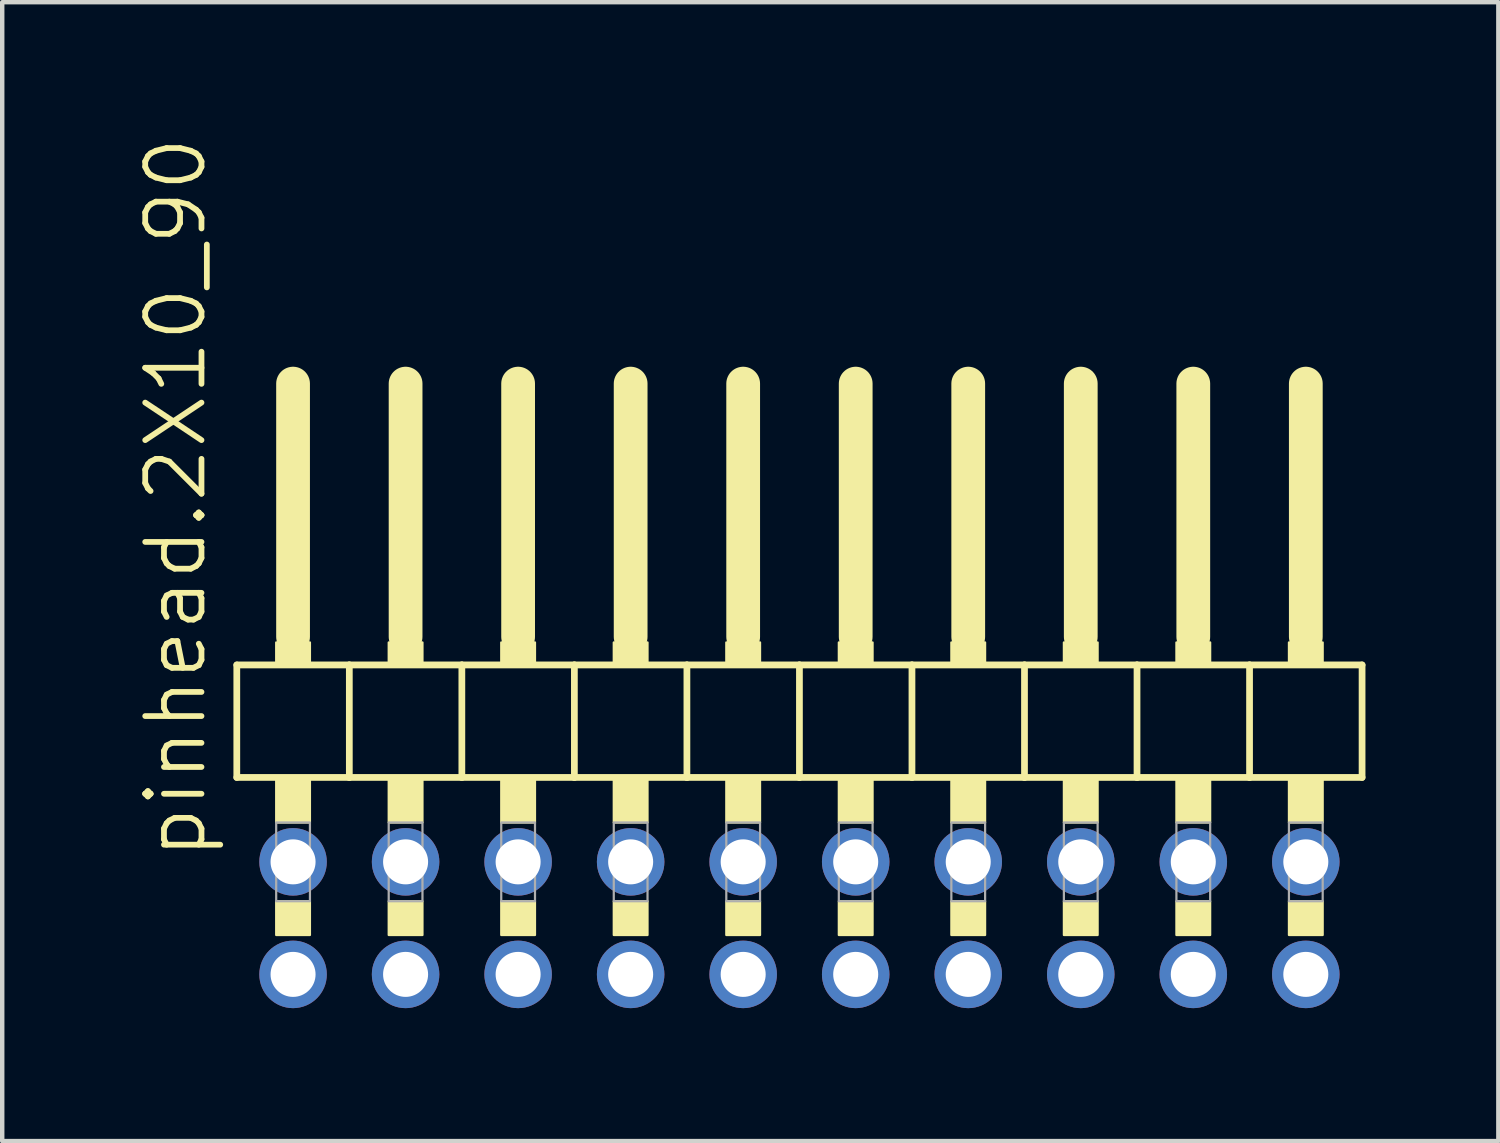
<source format=kicad_pcb>
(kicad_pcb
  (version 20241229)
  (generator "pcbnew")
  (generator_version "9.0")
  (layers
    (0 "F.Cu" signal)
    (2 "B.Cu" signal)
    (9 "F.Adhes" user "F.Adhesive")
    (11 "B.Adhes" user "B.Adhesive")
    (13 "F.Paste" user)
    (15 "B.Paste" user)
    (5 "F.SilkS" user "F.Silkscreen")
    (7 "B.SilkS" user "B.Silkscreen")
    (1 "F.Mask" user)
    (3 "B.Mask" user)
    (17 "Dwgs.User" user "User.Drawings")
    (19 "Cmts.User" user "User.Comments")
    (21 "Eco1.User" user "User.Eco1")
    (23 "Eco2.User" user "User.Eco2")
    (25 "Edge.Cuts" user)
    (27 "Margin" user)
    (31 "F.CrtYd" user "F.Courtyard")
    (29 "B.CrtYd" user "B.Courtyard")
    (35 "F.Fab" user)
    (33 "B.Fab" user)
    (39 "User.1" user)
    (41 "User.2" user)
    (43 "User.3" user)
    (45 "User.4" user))
  (footprint "pinhead.2X10_90"
    (layer "F.Cu")
    (at 14.995 12.594)
    (property "Reference" "pinhead.2X10_90" (at -13.335 3.81 90) (layer "F.SilkS") (effects (font (size 1.27 1.27) (thickness 0.13)) (justify left bottom)))
    (attr through_hole)
    (fp_line (start -12.7 -0.635) (end -12.7 1.905) (stroke (width 0.152) (type default)) (layer "F.SilkS"))
    (fp_line (start -12.7 1.905) (end -10.16 1.905) (stroke (width 0.152) (type default)) (layer "F.SilkS"))
    (fp_line (start -11.43 -6.985) (end -11.43 -1.27) (stroke (width 0.762) (type default)) (layer "F.SilkS"))
    (fp_line (start -10.16 -0.635) (end -12.7 -0.635) (stroke (width 0.152) (type default)) (layer "F.SilkS"))
    (fp_line (start -10.16 1.905) (end -10.16 -0.635) (stroke (width 0.152) (type default)) (layer "F.SilkS"))
    (fp_line (start -10.16 1.905) (end -7.62 1.905) (stroke (width 0.152) (type default)) (layer "F.SilkS"))
    (fp_line (start -8.89 -6.985) (end -8.89 -1.27) (stroke (width 0.762) (type default)) (layer "F.SilkS"))
    (fp_line (start -7.62 -0.635) (end -10.16 -0.635) (stroke (width 0.152) (type default)) (layer "F.SilkS"))
    (fp_line (start -7.62 1.905) (end -7.62 -0.635) (stroke (width 0.152) (type default)) (layer "F.SilkS"))
    (fp_line (start -7.62 1.905) (end -5.08 1.905) (stroke (width 0.152) (type default)) (layer "F.SilkS"))
    (fp_line (start -6.35 -6.985) (end -6.35 -1.27) (stroke (width 0.762) (type default)) (layer "F.SilkS"))
    (fp_line (start -5.08 -0.635) (end -7.62 -0.635) (stroke (width 0.152) (type default)) (layer "F.SilkS"))
    (fp_line (start -5.08 1.905) (end -5.08 -0.635) (stroke (width 0.152) (type default)) (layer "F.SilkS"))
    (fp_line (start -5.08 1.905) (end -2.54 1.905) (stroke (width 0.152) (type default)) (layer "F.SilkS"))
    (fp_line (start -3.81 -6.985) (end -3.81 -1.27) (stroke (width 0.762) (type default)) (layer "F.SilkS"))
    (fp_line (start -2.54 -0.635) (end -5.08 -0.635) (stroke (width 0.152) (type default)) (layer "F.SilkS"))
    (fp_line (start -2.54 1.905) (end -2.54 -0.635) (stroke (width 0.152) (type default)) (layer "F.SilkS"))
    (fp_line (start -2.54 1.905) (end 0 1.905) (stroke (width 0.152) (type default)) (layer "F.SilkS"))
    (fp_line (start -1.27 -6.985) (end -1.27 -1.27) (stroke (width 0.762) (type default)) (layer "F.SilkS"))
    (fp_line (start 0 -0.635) (end -2.54 -0.635) (stroke (width 0.152) (type default)) (layer "F.SilkS"))
    (fp_line (start 0 1.905) (end 0 -0.635) (stroke (width 0.152) (type default)) (layer "F.SilkS"))
    (fp_line (start 0 1.905) (end 2.54 1.905) (stroke (width 0.152) (type default)) (layer "F.SilkS"))
    (fp_line (start 1.27 -6.985) (end 1.27 -1.27) (stroke (width 0.762) (type default)) (layer "F.SilkS"))
    (fp_line (start 2.54 -0.635) (end 0 -0.635) (stroke (width 0.152) (type default)) (layer "F.SilkS"))
    (fp_line (start 2.54 1.905) (end 2.54 -0.635) (stroke (width 0.152) (type default)) (layer "F.SilkS"))
    (fp_line (start 2.54 1.905) (end 5.08 1.905) (stroke (width 0.152) (type default)) (layer "F.SilkS"))
    (fp_line (start 3.81 -6.985) (end 3.81 -1.27) (stroke (width 0.762) (type default)) (layer "F.SilkS"))
    (fp_line (start 5.08 -0.635) (end 2.54 -0.635) (stroke (width 0.152) (type default)) (layer "F.SilkS"))
    (fp_line (start 5.08 1.905) (end 5.08 -0.635) (stroke (width 0.152) (type default)) (layer "F.SilkS"))
    (fp_line (start 5.08 1.905) (end 7.62 1.905) (stroke (width 0.152) (type default)) (layer "F.SilkS"))
    (fp_line (start 6.35 -6.985) (end 6.35 -1.27) (stroke (width 0.762) (type default)) (layer "F.SilkS"))
    (fp_line (start 7.62 -0.635) (end 5.08 -0.635) (stroke (width 0.152) (type default)) (layer "F.SilkS"))
    (fp_line (start 7.62 1.905) (end 7.62 -0.635) (stroke (width 0.152) (type default)) (layer "F.SilkS"))
    (fp_line (start 7.62 1.905) (end 10.16 1.905) (stroke (width 0.152) (type default)) (layer "F.SilkS"))
    (fp_line (start 8.89 -6.985) (end 8.89 -1.27) (stroke (width 0.762) (type default)) (layer "F.SilkS"))
    (fp_line (start 10.16 -0.635) (end 7.62 -0.635) (stroke (width 0.152) (type default)) (layer "F.SilkS"))
    (fp_line (start 10.16 1.905) (end 10.16 -0.635) (stroke (width 0.152) (type default)) (layer "F.SilkS"))
    (fp_line (start 10.16 1.905) (end 12.7 1.905) (stroke (width 0.152) (type default)) (layer "F.SilkS"))
    (fp_line (start 11.43 -6.985) (end 11.43 -1.27) (stroke (width 0.762) (type default)) (layer "F.SilkS"))
    (fp_line (start 12.7 -0.635) (end 10.16 -0.635) (stroke (width 0.152) (type default)) (layer "F.SilkS"))
    (fp_line (start 12.7 1.905) (end 12.7 -0.635) (stroke (width 0.152) (type default)) (layer "F.SilkS"))
    (fp_rect (start -11.811 -0.635) (end -11.049 -1.143) (stroke (width 0.05) (type default)) (fill yes) (layer "F.SilkS"))
    (fp_rect (start -11.811 2.921) (end -11.049 1.905) (stroke (width 0.05) (type default)) (fill yes) (layer "F.SilkS"))
    (fp_rect (start -11.811 5.461) (end -11.049 4.699) (stroke (width 0.05) (type default)) (fill yes) (layer "F.SilkS"))
    (fp_rect (start -9.271 -0.635) (end -8.509 -1.143) (stroke (width 0.05) (type default)) (fill yes) (layer "F.SilkS"))
    (fp_rect (start -9.271 2.921) (end -8.509 1.905) (stroke (width 0.05) (type default)) (fill yes) (layer "F.SilkS"))
    (fp_rect (start -9.271 5.461) (end -8.509 4.699) (stroke (width 0.05) (type default)) (fill yes) (layer "F.SilkS"))
    (fp_rect (start -6.731 -0.635) (end -5.969 -1.143) (stroke (width 0.05) (type default)) (fill yes) (layer "F.SilkS"))
    (fp_rect (start -6.731 2.921) (end -5.969 1.905) (stroke (width 0.05) (type default)) (fill yes) (layer "F.SilkS"))
    (fp_rect (start -6.731 5.461) (end -5.969 4.699) (stroke (width 0.05) (type default)) (fill yes) (layer "F.SilkS"))
    (fp_rect (start -4.191 -0.635) (end -3.429 -1.143) (stroke (width 0.05) (type default)) (fill yes) (layer "F.SilkS"))
    (fp_rect (start -4.191 2.921) (end -3.429 1.905) (stroke (width 0.05) (type default)) (fill yes) (layer "F.SilkS"))
    (fp_rect (start -4.191 5.461) (end -3.429 4.699) (stroke (width 0.05) (type default)) (fill yes) (layer "F.SilkS"))
    (fp_rect (start -1.651 -0.635) (end -0.889 -1.143) (stroke (width 0.05) (type default)) (fill yes) (layer "F.SilkS"))
    (fp_rect (start -1.651 2.921) (end -0.889 1.905) (stroke (width 0.05) (type default)) (fill yes) (layer "F.SilkS"))
    (fp_rect (start -1.651 5.461) (end -0.889 4.699) (stroke (width 0.05) (type default)) (fill yes) (layer "F.SilkS"))
    (fp_rect (start 0.889 -0.635) (end 1.651 -1.143) (stroke (width 0.05) (type default)) (fill yes) (layer "F.SilkS"))
    (fp_rect (start 0.889 2.921) (end 1.651 1.905) (stroke (width 0.05) (type default)) (fill yes) (layer "F.SilkS"))
    (fp_rect (start 0.889 5.461) (end 1.651 4.699) (stroke (width 0.05) (type default)) (fill yes) (layer "F.SilkS"))
    (fp_rect (start 3.429 -0.635) (end 4.191 -1.143) (stroke (width 0.05) (type default)) (fill yes) (layer "F.SilkS"))
    (fp_rect (start 3.429 2.921) (end 4.191 1.905) (stroke (width 0.05) (type default)) (fill yes) (layer "F.SilkS"))
    (fp_rect (start 3.429 5.461) (end 4.191 4.699) (stroke (width 0.05) (type default)) (fill yes) (layer "F.SilkS"))
    (fp_rect (start 5.969 -0.635) (end 6.731 -1.143) (stroke (width 0.05) (type default)) (fill yes) (layer "F.SilkS"))
    (fp_rect (start 5.969 2.921) (end 6.731 1.905) (stroke (width 0.05) (type default)) (fill yes) (layer "F.SilkS"))
    (fp_rect (start 5.969 5.461) (end 6.731 4.699) (stroke (width 0.05) (type default)) (fill yes) (layer "F.SilkS"))
    (fp_rect (start 8.509 -0.635) (end 9.271 -1.143) (stroke (width 0.05) (type default)) (fill yes) (layer "F.SilkS"))
    (fp_rect (start 8.509 2.921) (end 9.271 1.905) (stroke (width 0.05) (type default)) (fill yes) (layer "F.SilkS"))
    (fp_rect (start 8.509 5.461) (end 9.271 4.699) (stroke (width 0.05) (type default)) (fill yes) (layer "F.SilkS"))
    (fp_rect (start 11.049 -0.635) (end 11.811 -1.143) (stroke (width 0.05) (type default)) (fill yes) (layer "F.SilkS"))
    (fp_rect (start 11.049 2.921) (end 11.811 1.905) (stroke (width 0.05) (type default)) (fill yes) (layer "F.SilkS"))
    (fp_rect (start 11.049 5.461) (end 11.811 4.699) (stroke (width 0.05) (type default)) (fill yes) (layer "F.SilkS"))
    (fp_rect (start -11.811 4.699) (end -11.049 2.921) (stroke (width 0.05) (type default)) (fill no) (layer "F.Fab"))
    (fp_rect (start -9.271 4.699) (end -8.509 2.921) (stroke (width 0.05) (type default)) (fill no) (layer "F.Fab"))
    (fp_rect (start -6.731 4.699) (end -5.969 2.921) (stroke (width 0.05) (type default)) (fill no) (layer "F.Fab"))
    (fp_rect (start -4.191 4.699) (end -3.429 2.921) (stroke (width 0.05) (type default)) (fill no) (layer "F.Fab"))
    (fp_rect (start -1.651 4.699) (end -0.889 2.921) (stroke (width 0.05) (type default)) (fill no) (layer "F.Fab"))
    (fp_rect (start 0.889 4.699) (end 1.651 2.921) (stroke (width 0.05) (type default)) (fill no) (layer "F.Fab"))
    (fp_rect (start 3.429 4.699) (end 4.191 2.921) (stroke (width 0.05) (type default)) (fill no) (layer "F.Fab"))
    (fp_rect (start 5.969 4.699) (end 6.731 2.921) (stroke (width 0.05) (type default)) (fill no) (layer "F.Fab"))
    (fp_rect (start 8.509 4.699) (end 9.271 2.921) (stroke (width 0.05) (type default)) (fill no) (layer "F.Fab"))
    (fp_rect (start 11.049 4.699) (end 11.811 2.921) (stroke (width 0.05) (type default)) (fill no) (layer "F.Fab"))
    (pad "1" thru_hole circle (at -11.43 6.35) (size 1.524 1.524) (drill 1.016) (layers "*.Cu" "*.Mask"))
    (pad "2" thru_hole circle (at -11.43 3.81) (size 1.524 1.524) (drill 1.016) (layers "*.Cu" "*.Mask"))
    (pad "3" thru_hole circle (at -8.89 6.35) (size 1.524 1.524) (drill 1.016) (layers "*.Cu" "*.Mask"))
    (pad "4" thru_hole circle (at -8.89 3.81) (size 1.524 1.524) (drill 1.016) (layers "*.Cu" "*.Mask"))
    (pad "5" thru_hole circle (at -6.35 6.35) (size 1.524 1.524) (drill 1.016) (layers "*.Cu" "*.Mask"))
    (pad "6" thru_hole circle (at -6.35 3.81) (size 1.524 1.524) (drill 1.016) (layers "*.Cu" "*.Mask"))
    (pad "7" thru_hole circle (at -3.81 6.35) (size 1.524 1.524) (drill 1.016) (layers "*.Cu" "*.Mask"))
    (pad "8" thru_hole circle (at -3.81 3.81) (size 1.524 1.524) (drill 1.016) (layers "*.Cu" "*.Mask"))
    (pad "9" thru_hole circle (at -1.27 6.35) (size 1.524 1.524) (drill 1.016) (layers "*.Cu" "*.Mask"))
    (pad "10" thru_hole circle (at -1.27 3.81) (size 1.524 1.524) (drill 1.016) (layers "*.Cu" "*.Mask"))
    (pad "11" thru_hole circle (at 1.27 6.35) (size 1.524 1.524) (drill 1.016) (layers "*.Cu" "*.Mask"))
    (pad "12" thru_hole circle (at 1.27 3.81) (size 1.524 1.524) (drill 1.016) (layers "*.Cu" "*.Mask"))
    (pad "13" thru_hole circle (at 3.81 6.35) (size 1.524 1.524) (drill 1.016) (layers "*.Cu" "*.Mask"))
    (pad "14" thru_hole circle (at 3.81 3.81) (size 1.524 1.524) (drill 1.016) (layers "*.Cu" "*.Mask"))
    (pad "15" thru_hole circle (at 6.35 6.35) (size 1.524 1.524) (drill 1.016) (layers "*.Cu" "*.Mask"))
    (pad "16" thru_hole circle (at 6.35 3.81) (size 1.524 1.524) (drill 1.016) (layers "*.Cu" "*.Mask"))
    (pad "17" thru_hole circle (at 8.89 6.35) (size 1.524 1.524) (drill 1.016) (layers "*.Cu" "*.Mask"))
    (pad "18" thru_hole circle (at 8.89 3.81) (size 1.524 1.524) (drill 1.016) (layers "*.Cu" "*.Mask"))
    (pad "19" thru_hole circle (at 11.43 6.35) (size 1.524 1.524) (drill 1.016) (layers "*.Cu" "*.Mask"))
    (pad "20" thru_hole circle (at 11.43 3.81) (size 1.524 1.524) (drill 1.016) (layers "*.Cu" "*.Mask")))
  (gr_rect
    (start -3 -3)
    (end 30.771 22.706)
    (stroke (width 0.1) (type default))
    (fill no)
    (layer "Edge.Cuts")))
</source>
